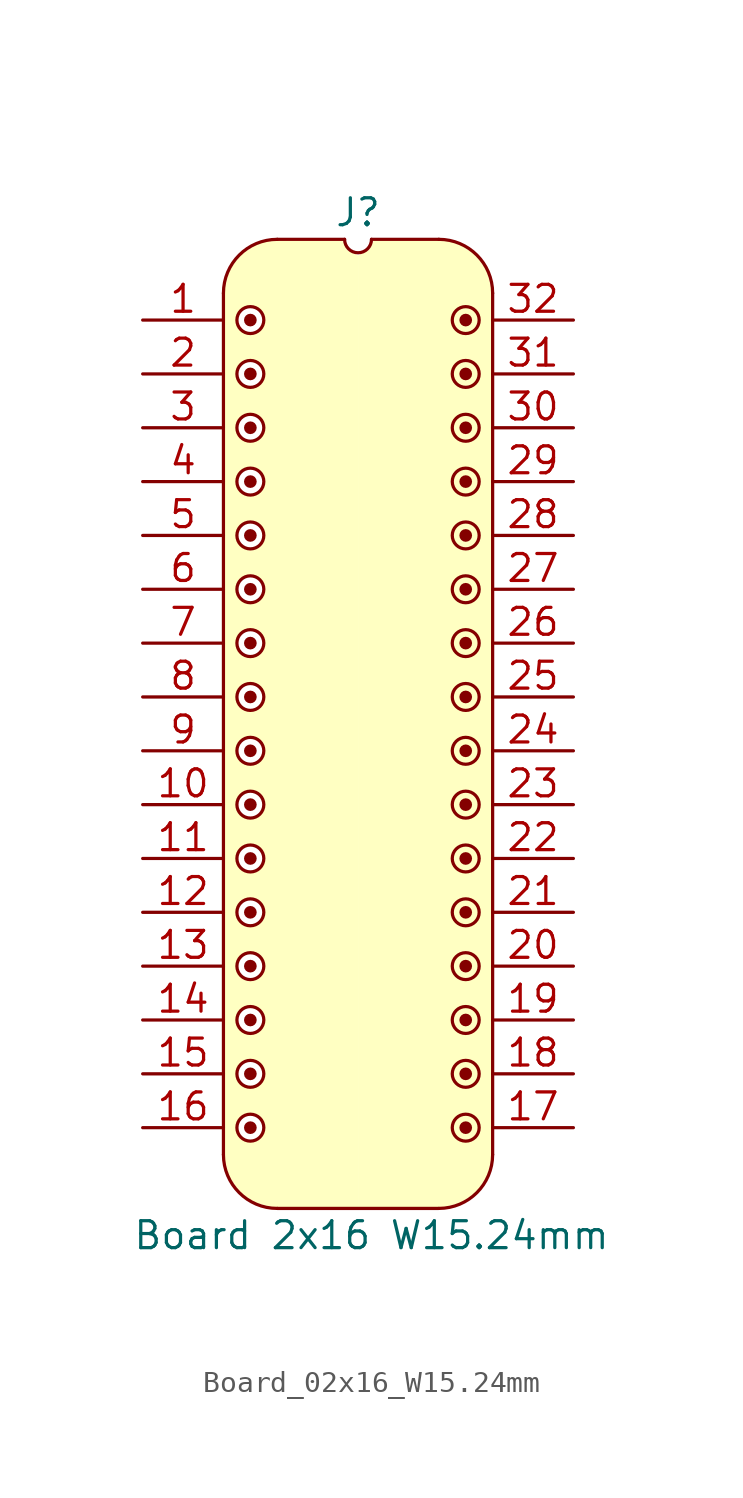
<source format=kicad_sym>
(kicad_symbol_lib
  (version 20241209)
  (generator "kicad_symbol_editor")
  (generator_version "9.0")
  (symbol "Board_02x16_W15.24mm"
    (pin_names
      (offset 1.016)
      (hide yes))
    (property "Reference" "J"
      (at 0 5.08 0)
      (effects (font (size 1.27 1.27))))
    (property "Value" "Board 2x16 W15.24mm"
      (at 0.635 -43.18 0)
      (effects (font (size 1.27 1.27))))
    (symbol "Board_02x16_W15.24mm_0_1"
      (polyline (pts (xy -6.35 1.27) (xy -6.35 -39.37)) (stroke (width 0) (type default)) (fill (type none)))
      (arc (start -3.8102 -41.9098) (mid -5.6063 -41.1659) (end -6.3502 -39.3698) (stroke (width 0) (type default)) (fill (type none)))
      (arc (start -6.35 1.27) (mid -5.6061 3.0661) (end -3.81 3.81) (stroke (width 0) (type default)) (fill (type none)))
      (polyline (pts (xy -3.81 3.81) (xy -0.635 3.81)) (stroke (width 0) (type default)) (fill (type none)))
      (arc (start 0.635 3.81) (mid 0 3.175) (end -0.635 3.81) (stroke (width 0) (type default)) (fill (type none)))
      (polyline (pts (xy 0.635 3.81) (xy 3.81 3.81)) (stroke (width 0) (type default)) (fill (type none)))
      (polyline (pts (xy 3.81 -41.91) (xy -3.81 -41.91)) (stroke (width 0) (type default)) (fill (type none)))
      (arc (start 3.81 3.81) (mid 5.6061 3.0661) (end 6.35 1.27) (stroke (width 0) (type default)) (fill (type none)))
      (arc (start 6.3498 -39.3698) (mid 5.6059 -41.1659) (end 3.8098 -41.9098) (stroke (width 0) (type default)) (fill (type none)))
      (polyline (pts (xy 6.35 -39.37) (xy 6.35 1.27)) (stroke (width 0) (type default)) (fill (type none))))
    (symbol "Board_02x16_W15.24mm_1_1"
      (polyline (pts (xy -6.35 1.27) (xy -6.096 2.286) (xy -5.588 3.048) (xy -4.826 3.556) (xy -4.064 3.81) (xy -0.762 3.81) (xy -0.508 3.302) (xy 0 3.048) (xy 0 -41.91) (xy -3.81 -41.91) (xy -4.826 -41.656) (xy -5.588 -41.148) (xy -6.096 -40.386) (xy -6.35 -39.37) (xy -6.35 1.27)) (stroke (width -0.0001) (type solid)) (fill (type background)))
      (circle (center -5.08 0) (radius 0.0001) (stroke (width 0.3) (type solid)) (fill (type none)))
      (circle (center -5.08 0) (radius 0.635) (stroke (width 0) (type solid)) (fill (type color) (color 255 255 255 1)))
      (circle (center -5.08 -2.54) (radius 0.0001) (stroke (width 0.3) (type solid)) (fill (type none)))
      (circle (center -5.08 -2.54) (radius 0.635) (stroke (width 0) (type solid)) (fill (type color) (color 255 255 255 1)))
      (circle (center -5.08 -5.08) (radius 0.0001) (stroke (width 0.3) (type solid)) (fill (type none)))
      (circle (center -5.08 -5.08) (radius 0.635) (stroke (width 0) (type solid)) (fill (type color) (color 255 255 255 1)))
      (circle (center -5.08 -7.62) (radius 0.0001) (stroke (width 0.3) (type solid)) (fill (type none)))
      (circle (center -5.08 -7.62) (radius 0.635) (stroke (width 0) (type solid)) (fill (type color) (color 255 255 255 1)))
      (circle (center -5.08 -10.16) (radius 0.0001) (stroke (width 0.3) (type solid)) (fill (type none)))
      (circle (center -5.08 -10.16) (radius 0.635) (stroke (width 0) (type solid)) (fill (type color) (color 255 255 255 1)))
      (circle (center -5.08 -12.7) (radius 0.0001) (stroke (width 0.3) (type solid)) (fill (type none)))
      (circle (center -5.08 -12.7) (radius 0.635) (stroke (width 0) (type solid)) (fill (type color) (color 255 255 255 1)))
      (circle (center -5.08 -15.24) (radius 0.0001) (stroke (width 0.3) (type solid)) (fill (type none)))
      (circle (center -5.08 -15.24) (radius 0.635) (stroke (width 0) (type solid)) (fill (type color) (color 255 255 255 1)))
      (circle (center -5.08 -17.78) (radius 0.0001) (stroke (width 0.3) (type solid)) (fill (type none)))
      (circle (center -5.08 -17.78) (radius 0.635) (stroke (width 0) (type solid)) (fill (type color) (color 255 255 255 1)))
      (circle (center -5.08 -20.32) (radius 0.0001) (stroke (width 0.3) (type solid)) (fill (type none)))
      (circle (center -5.08 -20.32) (radius 0.635) (stroke (width 0) (type solid)) (fill (type color) (color 255 255 255 1)))
      (circle (center -5.08 -22.86) (radius 0.0001) (stroke (width 0.3) (type solid)) (fill (type none)))
      (circle (center -5.08 -22.86) (radius 0.635) (stroke (width 0) (type solid)) (fill (type color) (color 255 255 255 1)))
      (circle (center -5.08 -25.4) (radius 0.0001) (stroke (width 0.3) (type solid)) (fill (type none)))
      (circle (center -5.08 -25.4) (radius 0.635) (stroke (width 0) (type solid)) (fill (type color) (color 255 255 255 1)))
      (circle (center -5.08 -27.94) (radius 0.0001) (stroke (width 0.3) (type solid)) (fill (type none)))
      (circle (center -5.08 -27.94) (radius 0.635) (stroke (width 0) (type solid)) (fill (type color) (color 255 255 255 1)))
      (circle (center -5.08 -30.48) (radius 0.0001) (stroke (width 0.3) (type solid)) (fill (type none)))
      (circle (center -5.08 -30.48) (radius 0.635) (stroke (width 0) (type solid)) (fill (type color) (color 255 255 255 1)))
      (circle (center -5.08 -33.02) (radius 0.0001) (stroke (width 0.3) (type solid)) (fill (type none)))
      (circle (center -5.08 -33.02) (radius 0.635) (stroke (width 0) (type solid)) (fill (type color) (color 255 255 255 1)))
      (circle (center -5.08 -35.56) (radius 0.0001) (stroke (width 0.3) (type solid)) (fill (type none)))
      (circle (center -5.08 -35.56) (radius 0.635) (stroke (width 0) (type solid)) (fill (type color) (color 255 255 255 1)))
      (circle (center -5.08 -38.1) (radius 0.0001) (stroke (width 0.3) (type solid)) (fill (type none)))
      (circle (center -5.08 -38.1) (radius 0.635) (stroke (width 0) (type solid)) (fill (type color) (color 255 255 255 1)))
      (circle (center 5.08 0) (radius 0.0001) (stroke (width 0.3) (type solid)) (fill (type none)))
      (circle (center 5.08 0) (radius 0.635) (stroke (width 0) (type solid)) (fill (type color) (color 255 255 255 1)))
      (circle (center 5.08 -2.54) (radius 0.0001) (stroke (width 0.3) (type solid)) (fill (type none)))
      (circle (center 5.08 -2.54) (radius 0.635) (stroke (width 0) (type solid)) (fill (type color) (color 255 255 255 1)))
      (circle (center 5.08 -5.08) (radius 0.0001) (stroke (width 0.3) (type solid)) (fill (type none)))
      (circle (center 5.08 -5.08) (radius 0.635) (stroke (width 0) (type solid)) (fill (type color) (color 255 255 255 1)))
      (circle (center 5.08 -7.62) (radius 0.0001) (stroke (width 0.3) (type solid)) (fill (type none)))
      (circle (center 5.08 -7.62) (radius 0.635) (stroke (width 0) (type solid)) (fill (type color) (color 255 255 255 1)))
      (circle (center 5.08 -10.16) (radius 0.0001) (stroke (width 0.3) (type solid)) (fill (type none)))
      (circle (center 5.08 -10.16) (radius 0.635) (stroke (width 0) (type solid)) (fill (type color) (color 255 255 255 1)))
      (circle (center 5.08 -12.7) (radius 0.0001) (stroke (width 0.3) (type solid)) (fill (type none)))
      (circle (center 5.08 -12.7) (radius 0.635) (stroke (width 0) (type solid)) (fill (type color) (color 255 255 255 1)))
      (circle (center 5.08 -15.24) (radius 0.0001) (stroke (width 0.3) (type solid)) (fill (type none)))
      (circle (center 5.08 -15.24) (radius 0.635) (stroke (width 0) (type solid)) (fill (type color) (color 255 255 255 1)))
      (circle (center 5.08 -17.78) (radius 0.0001) (stroke (width 0.3) (type solid)) (fill (type none)))
      (circle (center 5.08 -17.78) (radius 0.635) (stroke (width 0) (type solid)) (fill (type color) (color 255 255 255 1)))
      (circle (center 5.08 -20.32) (radius 0.0001) (stroke (width 0.3) (type solid)) (fill (type none)))
      (circle (center 5.08 -20.32) (radius 0.635) (stroke (width 0) (type solid)) (fill (type color) (color 255 255 255 1)))
      (circle (center 5.08 -22.86) (radius 0.0001) (stroke (width 0.3) (type solid)) (fill (type none)))
      (circle (center 5.08 -22.86) (radius 0.635) (stroke (width 0) (type solid)) (fill (type color) (color 255 255 255 1)))
      (circle (center 5.08 -25.4) (radius 0.0001) (stroke (width 0.3) (type solid)) (fill (type none)))
      (circle (center 5.08 -25.4) (radius 0.635) (stroke (width 0) (type solid)) (fill (type color) (color 255 255 255 1)))
      (circle (center 5.08 -27.94) (radius 0.0001) (stroke (width 0.3) (type solid)) (fill (type none)))
      (circle (center 5.08 -27.94) (radius 0.635) (stroke (width 0) (type solid)) (fill (type color) (color 255 255 255 1)))
      (circle (center 5.08 -30.48) (radius 0.0001) (stroke (width 0.3) (type solid)) (fill (type none)))
      (circle (center 5.08 -30.48) (radius 0.635) (stroke (width 0) (type solid)) (fill (type color) (color 255 255 255 1)))
      (circle (center 5.08 -33.02) (radius 0.0001) (stroke (width 0.3) (type solid)) (fill (type none)))
      (circle (center 5.08 -33.02) (radius 0.635) (stroke (width 0) (type solid)) (fill (type color) (color 255 255 255 1)))
      (circle (center 5.08 -35.56) (radius 0.0001) (stroke (width 0.3) (type solid)) (fill (type none)))
      (circle (center 5.08 -35.56) (radius 0.635) (stroke (width 0) (type solid)) (fill (type color) (color 255 255 255 1)))
      (circle (center 5.08 -38.1) (radius 0.0001) (stroke (width 0.3) (type solid)) (fill (type none)))
      (circle (center 5.08 -38.1) (radius 0.635) (stroke (width 0) (type solid)) (fill (type color) (color 255 255 255 1)))
      (polyline (pts (xy 6.35 1.27) (xy 6.096 2.286) (xy 5.588 3.048) (xy 4.826 3.556) (xy 4.064 3.81) (xy 0.762 3.81) (xy 0.508 3.302) (xy 0 3.048) (xy 0 -41.91) (xy 3.81 -41.91) (xy 4.826 -41.656) (xy 5.588 -41.148) (xy 6.096 -40.386) (xy 6.35 -39.37) (xy 6.35 1.27)) (stroke (width -0.0001) (type solid)) (fill (type background)))
      (pin passive line (at -10.16 0 0) (length 3.81) (name "" (effects (font (size 1.27 1.27)))) (number "1" (effects (font (size 1.27 1.27)))))
      (pin passive line (at -10.16 -2.54 0) (length 3.81) (name "" (effects (font (size 1.27 1.27)))) (number "2" (effects (font (size 1.27 1.27)))))
      (pin passive line (at -10.16 -5.08 0) (length 3.81) (name "" (effects (font (size 1.27 1.27)))) (number "3" (effects (font (size 1.27 1.27)))))
      (pin passive line (at -10.16 -7.62 0) (length 3.81) (name "" (effects (font (size 1.27 1.27)))) (number "4" (effects (font (size 1.27 1.27)))))
      (pin passive line (at -10.16 -10.16 0) (length 3.81) (name "" (effects (font (size 1.27 1.27)))) (number "5" (effects (font (size 1.27 1.27)))))
      (pin passive line (at -10.16 -12.7 0) (length 3.81) (name "" (effects (font (size 1.27 1.27)))) (number "6" (effects (font (size 1.27 1.27)))))
      (pin passive line (at -10.16 -15.24 0) (length 3.81) (name "" (effects (font (size 1.27 1.27)))) (number "7" (effects (font (size 1.27 1.27)))))
      (pin passive line (at -10.16 -17.78 0) (length 3.81) (name "" (effects (font (size 1.27 1.27)))) (number "8" (effects (font (size 1.27 1.27)))))
      (pin passive line (at -10.16 -20.32 0) (length 3.81) (name "" (effects (font (size 1.27 1.27)))) (number "9" (effects (font (size 1.27 1.27)))))
      (pin passive line (at -10.16 -22.86 0) (length 3.81) (name "" (effects (font (size 1.27 1.27)))) (number "10" (effects (font (size 1.27 1.27)))))
      (pin passive line (at -10.16 -25.4 0) (length 3.81) (name "" (effects (font (size 1.27 1.27)))) (number "11" (effects (font (size 1.27 1.27)))))
      (pin passive line (at -10.16 -27.94 0) (length 3.81) (name "" (effects (font (size 1.27 1.27)))) (number "12" (effects (font (size 1.27 1.27)))))
      (pin passive line (at -10.16 -30.48 0) (length 3.81) (name "" (effects (font (size 1.27 1.27)))) (number "13" (effects (font (size 1.27 1.27)))))
      (pin passive line (at -10.16 -33.02 0) (length 3.81) (name "" (effects (font (size 1.27 1.27)))) (number "14" (effects (font (size 1.27 1.27)))))
      (pin passive line (at -10.16 -35.56 0) (length 3.81) (name "" (effects (font (size 1.27 1.27)))) (number "15" (effects (font (size 1.27 1.27)))))
      (pin passive line (at -10.16 -38.1 0) (length 3.81) (name "" (effects (font (size 1.27 1.27)))) (number "16" (effects (font (size 1.27 1.27)))))
      (pin passive line (at 10.16 0 180) (length 3.81) (name "" (effects (font (size 1.27 1.27)))) (number "32" (effects (font (size 1.27 1.27)))))
      (pin passive line (at 10.16 -2.54 180) (length 3.81) (name "" (effects (font (size 1.27 1.27)))) (number "31" (effects (font (size 1.27 1.27)))))
      (pin passive line (at 10.16 -5.08 180) (length 3.81) (name "" (effects (font (size 1.27 1.27)))) (number "30" (effects (font (size 1.27 1.27)))))
      (pin passive line (at 10.16 -7.62 180) (length 3.81) (name "" (effects (font (size 1.27 1.27)))) (number "29" (effects (font (size 1.27 1.27)))))
      (pin passive line (at 10.16 -10.16 180) (length 3.81) (name "" (effects (font (size 1.27 1.27)))) (number "28" (effects (font (size 1.27 1.27)))))
      (pin passive line (at 10.16 -12.7 180) (length 3.81) (name "" (effects (font (size 1.27 1.27)))) (number "27" (effects (font (size 1.27 1.27)))))
      (pin passive line (at 10.16 -15.24 180) (length 3.81) (name "" (effects (font (size 1.27 1.27)))) (number "26" (effects (font (size 1.27 1.27)))))
      (pin passive line (at 10.16 -17.78 180) (length 3.81) (name "" (effects (font (size 1.27 1.27)))) (number "25" (effects (font (size 1.27 1.27)))))
      (pin passive line (at 10.16 -20.32 180) (length 3.81) (name "" (effects (font (size 1.27 1.27)))) (number "24" (effects (font (size 1.27 1.27)))))
      (pin passive line (at 10.16 -22.86 180) (length 3.81) (name "" (effects (font (size 1.27 1.27)))) (number "23" (effects (font (size 1.27 1.27)))))
      (pin passive line (at 10.16 -25.4 180) (length 3.81) (name "" (effects (font (size 1.27 1.27)))) (number "22" (effects (font (size 1.27 1.27)))))
      (pin passive line (at 10.16 -27.94 180) (length 3.81) (name "" (effects (font (size 1.27 1.27)))) (number "21" (effects (font (size 1.27 1.27)))))
      (pin passive line (at 10.16 -30.48 180) (length 3.81) (name "" (effects (font (size 1.27 1.27)))) (number "20" (effects (font (size 1.27 1.27)))))
      (pin passive line (at 10.16 -33.02 180) (length 3.81) (name "" (effects (font (size 1.27 1.27)))) (number "19" (effects (font (size 1.27 1.27)))))
      (pin passive line (at 10.16 -35.56 180) (length 3.81) (name "" (effects (font (size 1.27 1.27)))) (number "18" (effects (font (size 1.27 1.27)))))
      (pin passive line (at 10.16 -38.1 180) (length 3.81) (name "" (effects (font (size 1.27 1.27)))) (number "17" (effects (font (size 1.27 1.27))))))))
</source>
